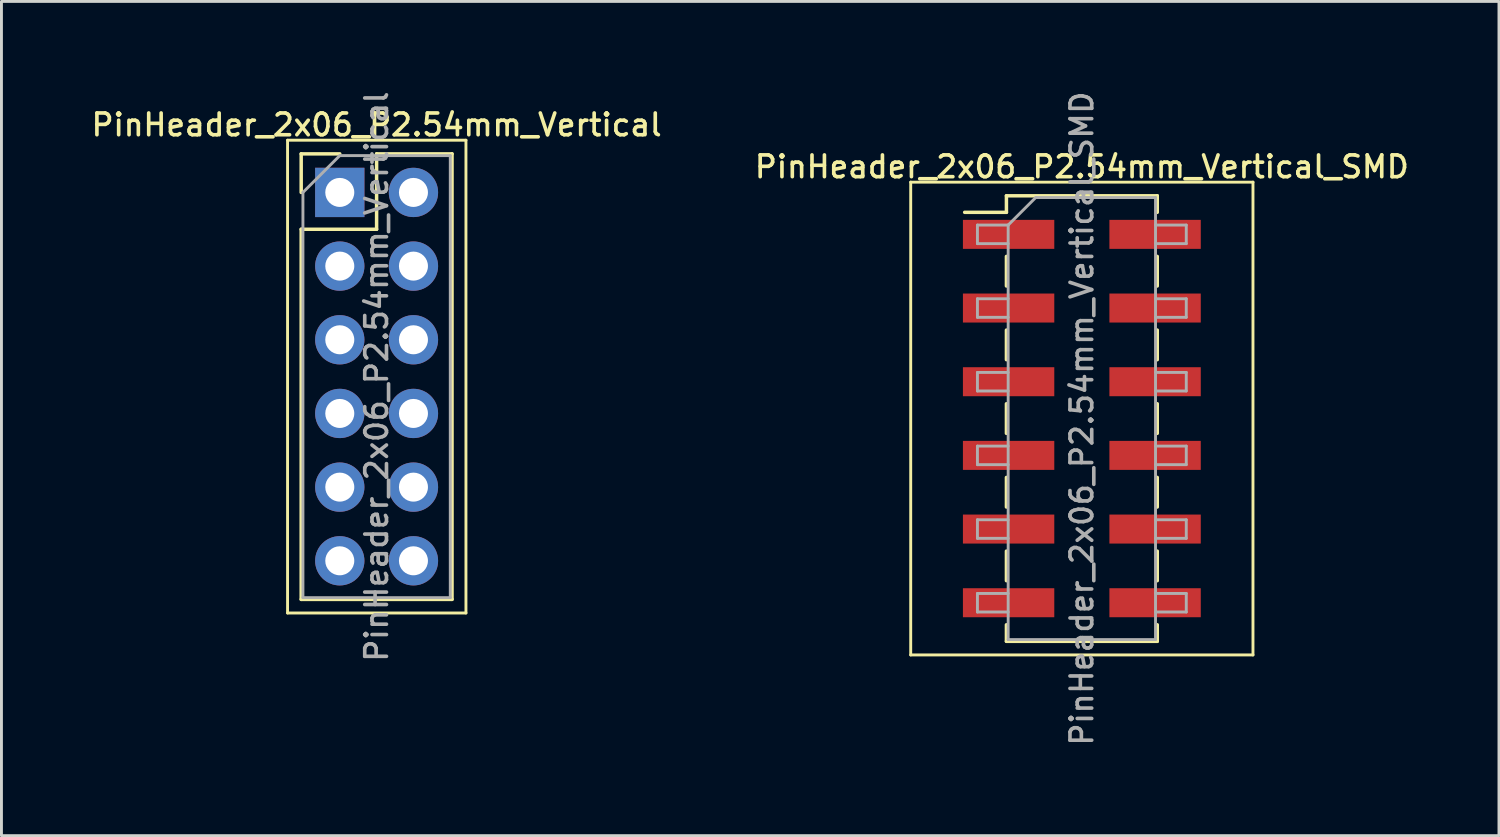
<source format=kicad_pcb>
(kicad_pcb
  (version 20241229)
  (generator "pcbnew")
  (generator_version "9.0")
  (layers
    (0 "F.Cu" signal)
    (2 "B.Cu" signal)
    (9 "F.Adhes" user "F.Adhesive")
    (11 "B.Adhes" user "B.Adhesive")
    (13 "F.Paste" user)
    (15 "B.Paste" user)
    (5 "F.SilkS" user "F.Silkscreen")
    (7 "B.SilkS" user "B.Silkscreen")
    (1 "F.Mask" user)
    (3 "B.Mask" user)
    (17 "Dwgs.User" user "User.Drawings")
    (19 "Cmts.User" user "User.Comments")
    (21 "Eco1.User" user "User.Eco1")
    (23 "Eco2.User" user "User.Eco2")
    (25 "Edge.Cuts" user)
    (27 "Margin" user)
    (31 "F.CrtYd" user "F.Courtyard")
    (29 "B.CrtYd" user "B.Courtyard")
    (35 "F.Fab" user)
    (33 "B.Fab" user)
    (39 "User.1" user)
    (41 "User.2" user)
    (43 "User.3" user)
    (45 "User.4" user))
  (footprint "PinHeader_2x06_P2.54mm_Vertical_SMD"
    (layer "F.Cu")
    (at 34.248 11.38)
    (property "Reference" "PinHeader_2x06_P2.54mm_Vertical_SMD" (at 0 -8.68 0) (layer "F.SilkS") (effects (font (size 0.75 0.75) (thickness 0.125))))
    (attr smd)
    (fp_line (start -5.9 -8.15) (end -5.9 8.15) (stroke (width 0.1) (type solid)) (layer "F.SilkS"))
    (fp_line (start -5.9 8.15) (end 5.9 8.15) (stroke (width 0.1) (type solid)) (layer "F.SilkS"))
    (fp_line (start -4.04 -7.11) (end -2.6 -7.11) (stroke (width 0.12) (type solid)) (layer "F.SilkS"))
    (fp_line (start -2.6 -7.68) (end -2.6 -7.11) (stroke (width 0.12) (type solid)) (layer "F.SilkS"))
    (fp_line (start -2.6 -7.68) (end 2.6 -7.68) (stroke (width 0.12) (type solid)) (layer "F.SilkS"))
    (fp_line (start -2.6 -5.59) (end -2.6 -4.57) (stroke (width 0.12) (type solid)) (layer "F.SilkS"))
    (fp_line (start -2.6 -3.05) (end -2.6 -2.03) (stroke (width 0.12) (type solid)) (layer "F.SilkS"))
    (fp_line (start -2.6 -0.51) (end -2.6 0.51) (stroke (width 0.12) (type solid)) (layer "F.SilkS"))
    (fp_line (start -2.6 2.03) (end -2.6 3.05) (stroke (width 0.12) (type solid)) (layer "F.SilkS"))
    (fp_line (start -2.6 4.57) (end -2.6 5.59) (stroke (width 0.12) (type solid)) (layer "F.SilkS"))
    (fp_line (start -2.6 7.11) (end -2.6 7.68) (stroke (width 0.12) (type solid)) (layer "F.SilkS"))
    (fp_line (start -2.6 7.68) (end 2.6 7.68) (stroke (width 0.12) (type solid)) (layer "F.SilkS"))
    (fp_line (start 2.6 -7.68) (end 2.6 -7.11) (stroke (width 0.12) (type solid)) (layer "F.SilkS"))
    (fp_line (start 2.6 -5.59) (end 2.6 -4.57) (stroke (width 0.12) (type solid)) (layer "F.SilkS"))
    (fp_line (start 2.6 -3.05) (end 2.6 -2.03) (stroke (width 0.12) (type solid)) (layer "F.SilkS"))
    (fp_line (start 2.6 -0.51) (end 2.6 0.51) (stroke (width 0.12) (type solid)) (layer "F.SilkS"))
    (fp_line (start 2.6 2.03) (end 2.6 3.05) (stroke (width 0.12) (type solid)) (layer "F.SilkS"))
    (fp_line (start 2.6 4.57) (end 2.6 5.59) (stroke (width 0.12) (type solid)) (layer "F.SilkS"))
    (fp_line (start 2.6 7.11) (end 2.6 7.68) (stroke (width 0.12) (type solid)) (layer "F.SilkS"))
    (fp_line (start 5.9 -8.15) (end -5.9 -8.15) (stroke (width 0.1) (type solid)) (layer "F.SilkS"))
    (fp_line (start 5.9 8.15) (end 5.9 -8.15) (stroke (width 0.1) (type solid)) (layer "F.SilkS"))
    (fp_line (start -3.6 -6.67) (end -3.6 -6.03) (stroke (width 0.1) (type solid)) (layer "F.Fab"))
    (fp_line (start -3.6 -6.03) (end -2.54 -6.03) (stroke (width 0.1) (type solid)) (layer "F.Fab"))
    (fp_line (start -3.6 -4.13) (end -3.6 -3.49) (stroke (width 0.1) (type solid)) (layer "F.Fab"))
    (fp_line (start -3.6 -3.49) (end -2.54 -3.49) (stroke (width 0.1) (type solid)) (layer "F.Fab"))
    (fp_line (start -3.6 -1.59) (end -3.6 -0.95) (stroke (width 0.1) (type solid)) (layer "F.Fab"))
    (fp_line (start -3.6 -0.95) (end -2.54 -0.95) (stroke (width 0.1) (type solid)) (layer "F.Fab"))
    (fp_line (start -3.6 0.95) (end -3.6 1.59) (stroke (width 0.1) (type solid)) (layer "F.Fab"))
    (fp_line (start -3.6 1.59) (end -2.54 1.59) (stroke (width 0.1) (type solid)) (layer "F.Fab"))
    (fp_line (start -3.6 3.49) (end -3.6 4.13) (stroke (width 0.1) (type solid)) (layer "F.Fab"))
    (fp_line (start -3.6 4.13) (end -2.54 4.13) (stroke (width 0.1) (type solid)) (layer "F.Fab"))
    (fp_line (start -3.6 6.03) (end -3.6 6.67) (stroke (width 0.1) (type solid)) (layer "F.Fab"))
    (fp_line (start -3.6 6.67) (end -2.54 6.67) (stroke (width 0.1) (type solid)) (layer "F.Fab"))
    (fp_line (start -2.54 -6.67) (end -3.6 -6.67) (stroke (width 0.1) (type solid)) (layer "F.Fab"))
    (fp_line (start -2.54 -6.67) (end -1.59 -7.62) (stroke (width 0.1) (type solid)) (layer "F.Fab"))
    (fp_line (start -2.54 -4.13) (end -3.6 -4.13) (stroke (width 0.1) (type solid)) (layer "F.Fab"))
    (fp_line (start -2.54 -1.59) (end -3.6 -1.59) (stroke (width 0.1) (type solid)) (layer "F.Fab"))
    (fp_line (start -2.54 0.95) (end -3.6 0.95) (stroke (width 0.1) (type solid)) (layer "F.Fab"))
    (fp_line (start -2.54 3.49) (end -3.6 3.49) (stroke (width 0.1) (type solid)) (layer "F.Fab"))
    (fp_line (start -2.54 6.03) (end -3.6 6.03) (stroke (width 0.1) (type solid)) (layer "F.Fab"))
    (fp_line (start -2.54 7.62) (end -2.54 -6.67) (stroke (width 0.1) (type solid)) (layer "F.Fab"))
    (fp_line (start -1.59 -7.62) (end 2.54 -7.62) (stroke (width 0.1) (type solid)) (layer "F.Fab"))
    (fp_line (start 2.54 -7.62) (end 2.54 7.62) (stroke (width 0.1) (type solid)) (layer "F.Fab"))
    (fp_line (start 2.54 -6.67) (end 3.6 -6.67) (stroke (width 0.1) (type solid)) (layer "F.Fab"))
    (fp_line (start 2.54 -4.13) (end 3.6 -4.13) (stroke (width 0.1) (type solid)) (layer "F.Fab"))
    (fp_line (start 2.54 -1.59) (end 3.6 -1.59) (stroke (width 0.1) (type solid)) (layer "F.Fab"))
    (fp_line (start 2.54 0.95) (end 3.6 0.95) (stroke (width 0.1) (type solid)) (layer "F.Fab"))
    (fp_line (start 2.54 3.49) (end 3.6 3.49) (stroke (width 0.1) (type solid)) (layer "F.Fab"))
    (fp_line (start 2.54 6.03) (end 3.6 6.03) (stroke (width 0.1) (type solid)) (layer "F.Fab"))
    (fp_line (start 2.54 7.62) (end -2.54 7.62) (stroke (width 0.1) (type solid)) (layer "F.Fab"))
    (fp_line (start 3.6 -6.67) (end 3.6 -6.03) (stroke (width 0.1) (type solid)) (layer "F.Fab"))
    (fp_line (start 3.6 -6.03) (end 2.54 -6.03) (stroke (width 0.1) (type solid)) (layer "F.Fab"))
    (fp_line (start 3.6 -4.13) (end 3.6 -3.49) (stroke (width 0.1) (type solid)) (layer "F.Fab"))
    (fp_line (start 3.6 -3.49) (end 2.54 -3.49) (stroke (width 0.1) (type solid)) (layer "F.Fab"))
    (fp_line (start 3.6 -1.59) (end 3.6 -0.95) (stroke (width 0.1) (type solid)) (layer "F.Fab"))
    (fp_line (start 3.6 -0.95) (end 2.54 -0.95) (stroke (width 0.1) (type solid)) (layer "F.Fab"))
    (fp_line (start 3.6 0.95) (end 3.6 1.59) (stroke (width 0.1) (type solid)) (layer "F.Fab"))
    (fp_line (start 3.6 1.59) (end 2.54 1.59) (stroke (width 0.1) (type solid)) (layer "F.Fab"))
    (fp_line (start 3.6 3.49) (end 3.6 4.13) (stroke (width 0.1) (type solid)) (layer "F.Fab"))
    (fp_line (start 3.6 4.13) (end 2.54 4.13) (stroke (width 0.1) (type solid)) (layer "F.Fab"))
    (fp_line (start 3.6 6.03) (end 3.6 6.67) (stroke (width 0.1) (type solid)) (layer "F.Fab"))
    (fp_line (start 3.6 6.67) (end 2.54 6.67) (stroke (width 0.1) (type solid)) (layer "F.Fab"))
    (fp_text user "${REFERENCE}" (at 0 0 90) (layer "F.Fab") (effects (font (size 0.75 0.75) (thickness 0.125))))
    (pad "1" smd rect (at -2.525 -6.35) (size 3.15 1) (layers "F.Cu" "F.Mask" "F.Paste"))
    (pad "2" smd rect (at 2.525 -6.35) (size 3.15 1) (layers "F.Cu" "F.Mask" "F.Paste"))
    (pad "3" smd rect (at -2.525 -3.81) (size 3.15 1) (layers "F.Cu" "F.Mask" "F.Paste"))
    (pad "4" smd rect (at 2.525 -3.81) (size 3.15 1) (layers "F.Cu" "F.Mask" "F.Paste"))
    (pad "5" smd rect (at -2.525 -1.27) (size 3.15 1) (layers "F.Cu" "F.Mask" "F.Paste"))
    (pad "6" smd rect (at 2.525 -1.27) (size 3.15 1) (layers "F.Cu" "F.Mask" "F.Paste"))
    (pad "7" smd rect (at -2.525 1.27) (size 3.15 1) (layers "F.Cu" "F.Mask" "F.Paste"))
    (pad "8" smd rect (at 2.525 1.27) (size 3.15 1) (layers "F.Cu" "F.Mask" "F.Paste"))
    (pad "9" smd rect (at -2.525 3.81) (size 3.15 1) (layers "F.Cu" "F.Mask" "F.Paste"))
    (pad "10" smd rect (at 2.525 3.81) (size 3.15 1) (layers "F.Cu" "F.Mask" "F.Paste"))
    (pad "11" smd rect (at -2.525 6.35) (size 3.15 1) (layers "F.Cu" "F.Mask" "F.Paste"))
    (pad "12" smd rect (at 2.525 6.35) (size 3.15 1) (layers "F.Cu" "F.Mask" "F.Paste")))
  (footprint "PinHeader_2x06_P2.54mm_Vertical"
    (layer "F.Cu")
    (at 8.664 3.584)
    (property "Reference" "PinHeader_2x06_P2.54mm_Vertical" (at 1.27 -2.33 0) (layer "F.SilkS") (effects (font (size 0.75 0.75) (thickness 0.125))))
    (attr through_hole)
    (fp_line (start -1.8 -1.8) (end -1.8 14.5) (stroke (width 0.1) (type solid)) (layer "F.SilkS"))
    (fp_line (start -1.8 14.5) (end 4.35 14.5) (stroke (width 0.1) (type solid)) (layer "F.SilkS"))
    (fp_line (start -1.33 -1.33) (end 0 -1.33) (stroke (width 0.12) (type solid)) (layer "F.SilkS"))
    (fp_line (start -1.33 0) (end -1.33 -1.33) (stroke (width 0.12) (type solid)) (layer "F.SilkS"))
    (fp_line (start -1.33 1.27) (end -1.33 14.03) (stroke (width 0.12) (type solid)) (layer "F.SilkS"))
    (fp_line (start -1.33 1.27) (end 1.27 1.27) (stroke (width 0.12) (type solid)) (layer "F.SilkS"))
    (fp_line (start -1.33 14.03) (end 3.87 14.03) (stroke (width 0.12) (type solid)) (layer "F.SilkS"))
    (fp_line (start 1.27 -1.33) (end 3.87 -1.33) (stroke (width 0.12) (type solid)) (layer "F.SilkS"))
    (fp_line (start 1.27 1.27) (end 1.27 -1.33) (stroke (width 0.12) (type solid)) (layer "F.SilkS"))
    (fp_line (start 3.87 -1.33) (end 3.87 14.03) (stroke (width 0.12) (type solid)) (layer "F.SilkS"))
    (fp_line (start 4.35 -1.8) (end -1.8 -1.8) (stroke (width 0.1) (type solid)) (layer "F.SilkS"))
    (fp_line (start 4.35 14.5) (end 4.35 -1.8) (stroke (width 0.1) (type solid)) (layer "F.SilkS"))
    (fp_line (start -1.27 0) (end 0 -1.27) (stroke (width 0.1) (type solid)) (layer "F.Fab"))
    (fp_line (start -1.27 13.97) (end -1.27 0) (stroke (width 0.1) (type solid)) (layer "F.Fab"))
    (fp_line (start 0 -1.27) (end 3.81 -1.27) (stroke (width 0.1) (type solid)) (layer "F.Fab"))
    (fp_line (start 3.81 -1.27) (end 3.81 13.97) (stroke (width 0.1) (type solid)) (layer "F.Fab"))
    (fp_line (start 3.81 13.97) (end -1.27 13.97) (stroke (width 0.1) (type solid)) (layer "F.Fab"))
    (fp_text user "${REFERENCE}" (at 1.27 6.35 90) (layer "F.Fab") (effects (font (size 0.75 0.75) (thickness 0.125))))
    (pad "1" thru_hole rect (at 0 0) (size 1.7 1.7) (drill 1) (layers "*.Cu" "*.Mask"))
    (pad "2" thru_hole oval (at 2.54 0) (size 1.7 1.7) (drill 1) (layers "*.Cu" "*.Mask"))
    (pad "3" thru_hole oval (at 0 2.54) (size 1.7 1.7) (drill 1) (layers "*.Cu" "*.Mask"))
    (pad "4" thru_hole oval (at 2.54 2.54) (size 1.7 1.7) (drill 1) (layers "*.Cu" "*.Mask"))
    (pad "5" thru_hole oval (at 0 5.08) (size 1.7 1.7) (drill 1) (layers "*.Cu" "*.Mask"))
    (pad "6" thru_hole oval (at 2.54 5.08) (size 1.7 1.7) (drill 1) (layers "*.Cu" "*.Mask"))
    (pad "7" thru_hole oval (at 0 7.62) (size 1.7 1.7) (drill 1) (layers "*.Cu" "*.Mask"))
    (pad "8" thru_hole oval (at 2.54 7.62) (size 1.7 1.7) (drill 1) (layers "*.Cu" "*.Mask"))
    (pad "9" thru_hole oval (at 0 10.16) (size 1.7 1.7) (drill 1) (layers "*.Cu" "*.Mask"))
    (pad "10" thru_hole oval (at 2.54 10.16) (size 1.7 1.7) (drill 1) (layers "*.Cu" "*.Mask"))
    (pad "11" thru_hole oval (at 0 12.7) (size 1.7 1.7) (drill 1) (layers "*.Cu" "*.Mask"))
    (pad "12" thru_hole oval (at 2.54 12.7) (size 1.7 1.7) (drill 1) (layers "*.Cu" "*.Mask")))
  (gr_rect
    (start -3 -3)
    (end 48.629 25.761)
    (stroke (width 0.1) (type default))
    (fill no)
    (layer "Edge.Cuts")))
</source>
